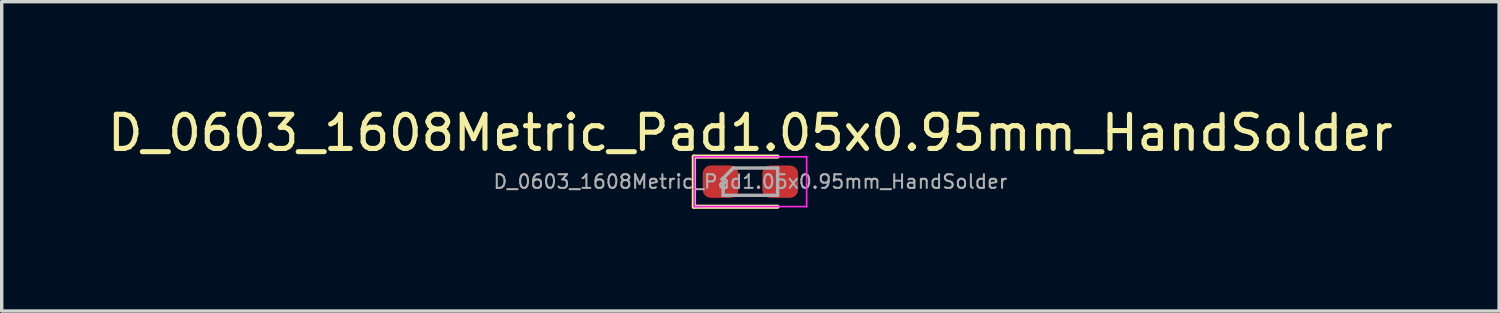
<source format=kicad_pcb>
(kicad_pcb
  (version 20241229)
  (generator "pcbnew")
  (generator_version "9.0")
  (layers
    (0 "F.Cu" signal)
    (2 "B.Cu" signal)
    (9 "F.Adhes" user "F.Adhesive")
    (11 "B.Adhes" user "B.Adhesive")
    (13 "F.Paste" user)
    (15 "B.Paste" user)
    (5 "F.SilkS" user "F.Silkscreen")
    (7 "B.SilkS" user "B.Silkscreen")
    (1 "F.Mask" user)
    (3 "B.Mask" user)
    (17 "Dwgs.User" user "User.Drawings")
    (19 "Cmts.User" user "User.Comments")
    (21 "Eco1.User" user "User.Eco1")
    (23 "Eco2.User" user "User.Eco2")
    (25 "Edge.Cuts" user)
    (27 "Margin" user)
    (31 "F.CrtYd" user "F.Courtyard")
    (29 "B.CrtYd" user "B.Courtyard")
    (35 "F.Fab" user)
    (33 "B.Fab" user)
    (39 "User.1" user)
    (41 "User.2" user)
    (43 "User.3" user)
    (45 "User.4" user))
  (footprint "D_0603_1608Metric_Pad1.05x0.95mm_HandSolder"
    (layer "F.Cu")
    (at 18.958 2.278)
    (property "Reference" "D_0603_1608Metric_Pad1.05x0.95mm_HandSolder" (at 0 -1.43 0) (layer "F.SilkS") (effects (font (size 1 1) (thickness 0.15))))
    (attr smd)
    (fp_line (start -1.66 -0.735) (end -1.66 0.735) (stroke (width 0.12) (type solid)) (layer "F.SilkS"))
    (fp_line (start -1.66 0.735) (end 0.8 0.735) (stroke (width 0.12) (type solid)) (layer "F.SilkS"))
    (fp_line (start 0.8 -0.735) (end -1.66 -0.735) (stroke (width 0.12) (type solid)) (layer "F.SilkS"))
    (fp_line (start -1.65 -0.73) (end 1.65 -0.73) (stroke (width 0.05) (type solid)) (layer "F.CrtYd"))
    (fp_line (start -1.65 0.73) (end -1.65 -0.73) (stroke (width 0.05) (type solid)) (layer "F.CrtYd"))
    (fp_line (start 1.65 -0.73) (end 1.65 0.73) (stroke (width 0.05) (type solid)) (layer "F.CrtYd"))
    (fp_line (start 1.65 0.73) (end -1.65 0.73) (stroke (width 0.05) (type solid)) (layer "F.CrtYd"))
    (fp_line (start -0.8 -0.1) (end -0.8 0.4) (stroke (width 0.1) (type solid)) (layer "F.Fab"))
    (fp_line (start -0.8 0.4) (end 0.8 0.4) (stroke (width 0.1) (type solid)) (layer "F.Fab"))
    (fp_line (start -0.5 -0.4) (end -0.8 -0.1) (stroke (width 0.1) (type solid)) (layer "F.Fab"))
    (fp_line (start 0.8 -0.4) (end -0.5 -0.4) (stroke (width 0.1) (type solid)) (layer "F.Fab"))
    (fp_line (start 0.8 0.4) (end 0.8 -0.4) (stroke (width 0.1) (type solid)) (layer "F.Fab"))
    (fp_text user "${REFERENCE}" (at 0 0 0) (layer "F.Fab") (effects (font (size 0.4 0.4) (thickness 0.06))))
    (pad "1" smd roundrect (at -0.875 0) (size 1.05 0.95) (layers "F.Cu" "F.Mask" "F.Paste") (roundrect_rratio 0.25))
    (pad "2" smd roundrect (at 0.875 0) (size 1.05 0.95) (layers "F.Cu" "F.Mask" "F.Paste") (roundrect_rratio 0.25)))
  (gr_rect
    (start -3 -3)
    (end 40.917 6.073)
    (stroke (width 0.1) (type default))
    (fill no)
    (layer "Edge.Cuts")))
</source>
